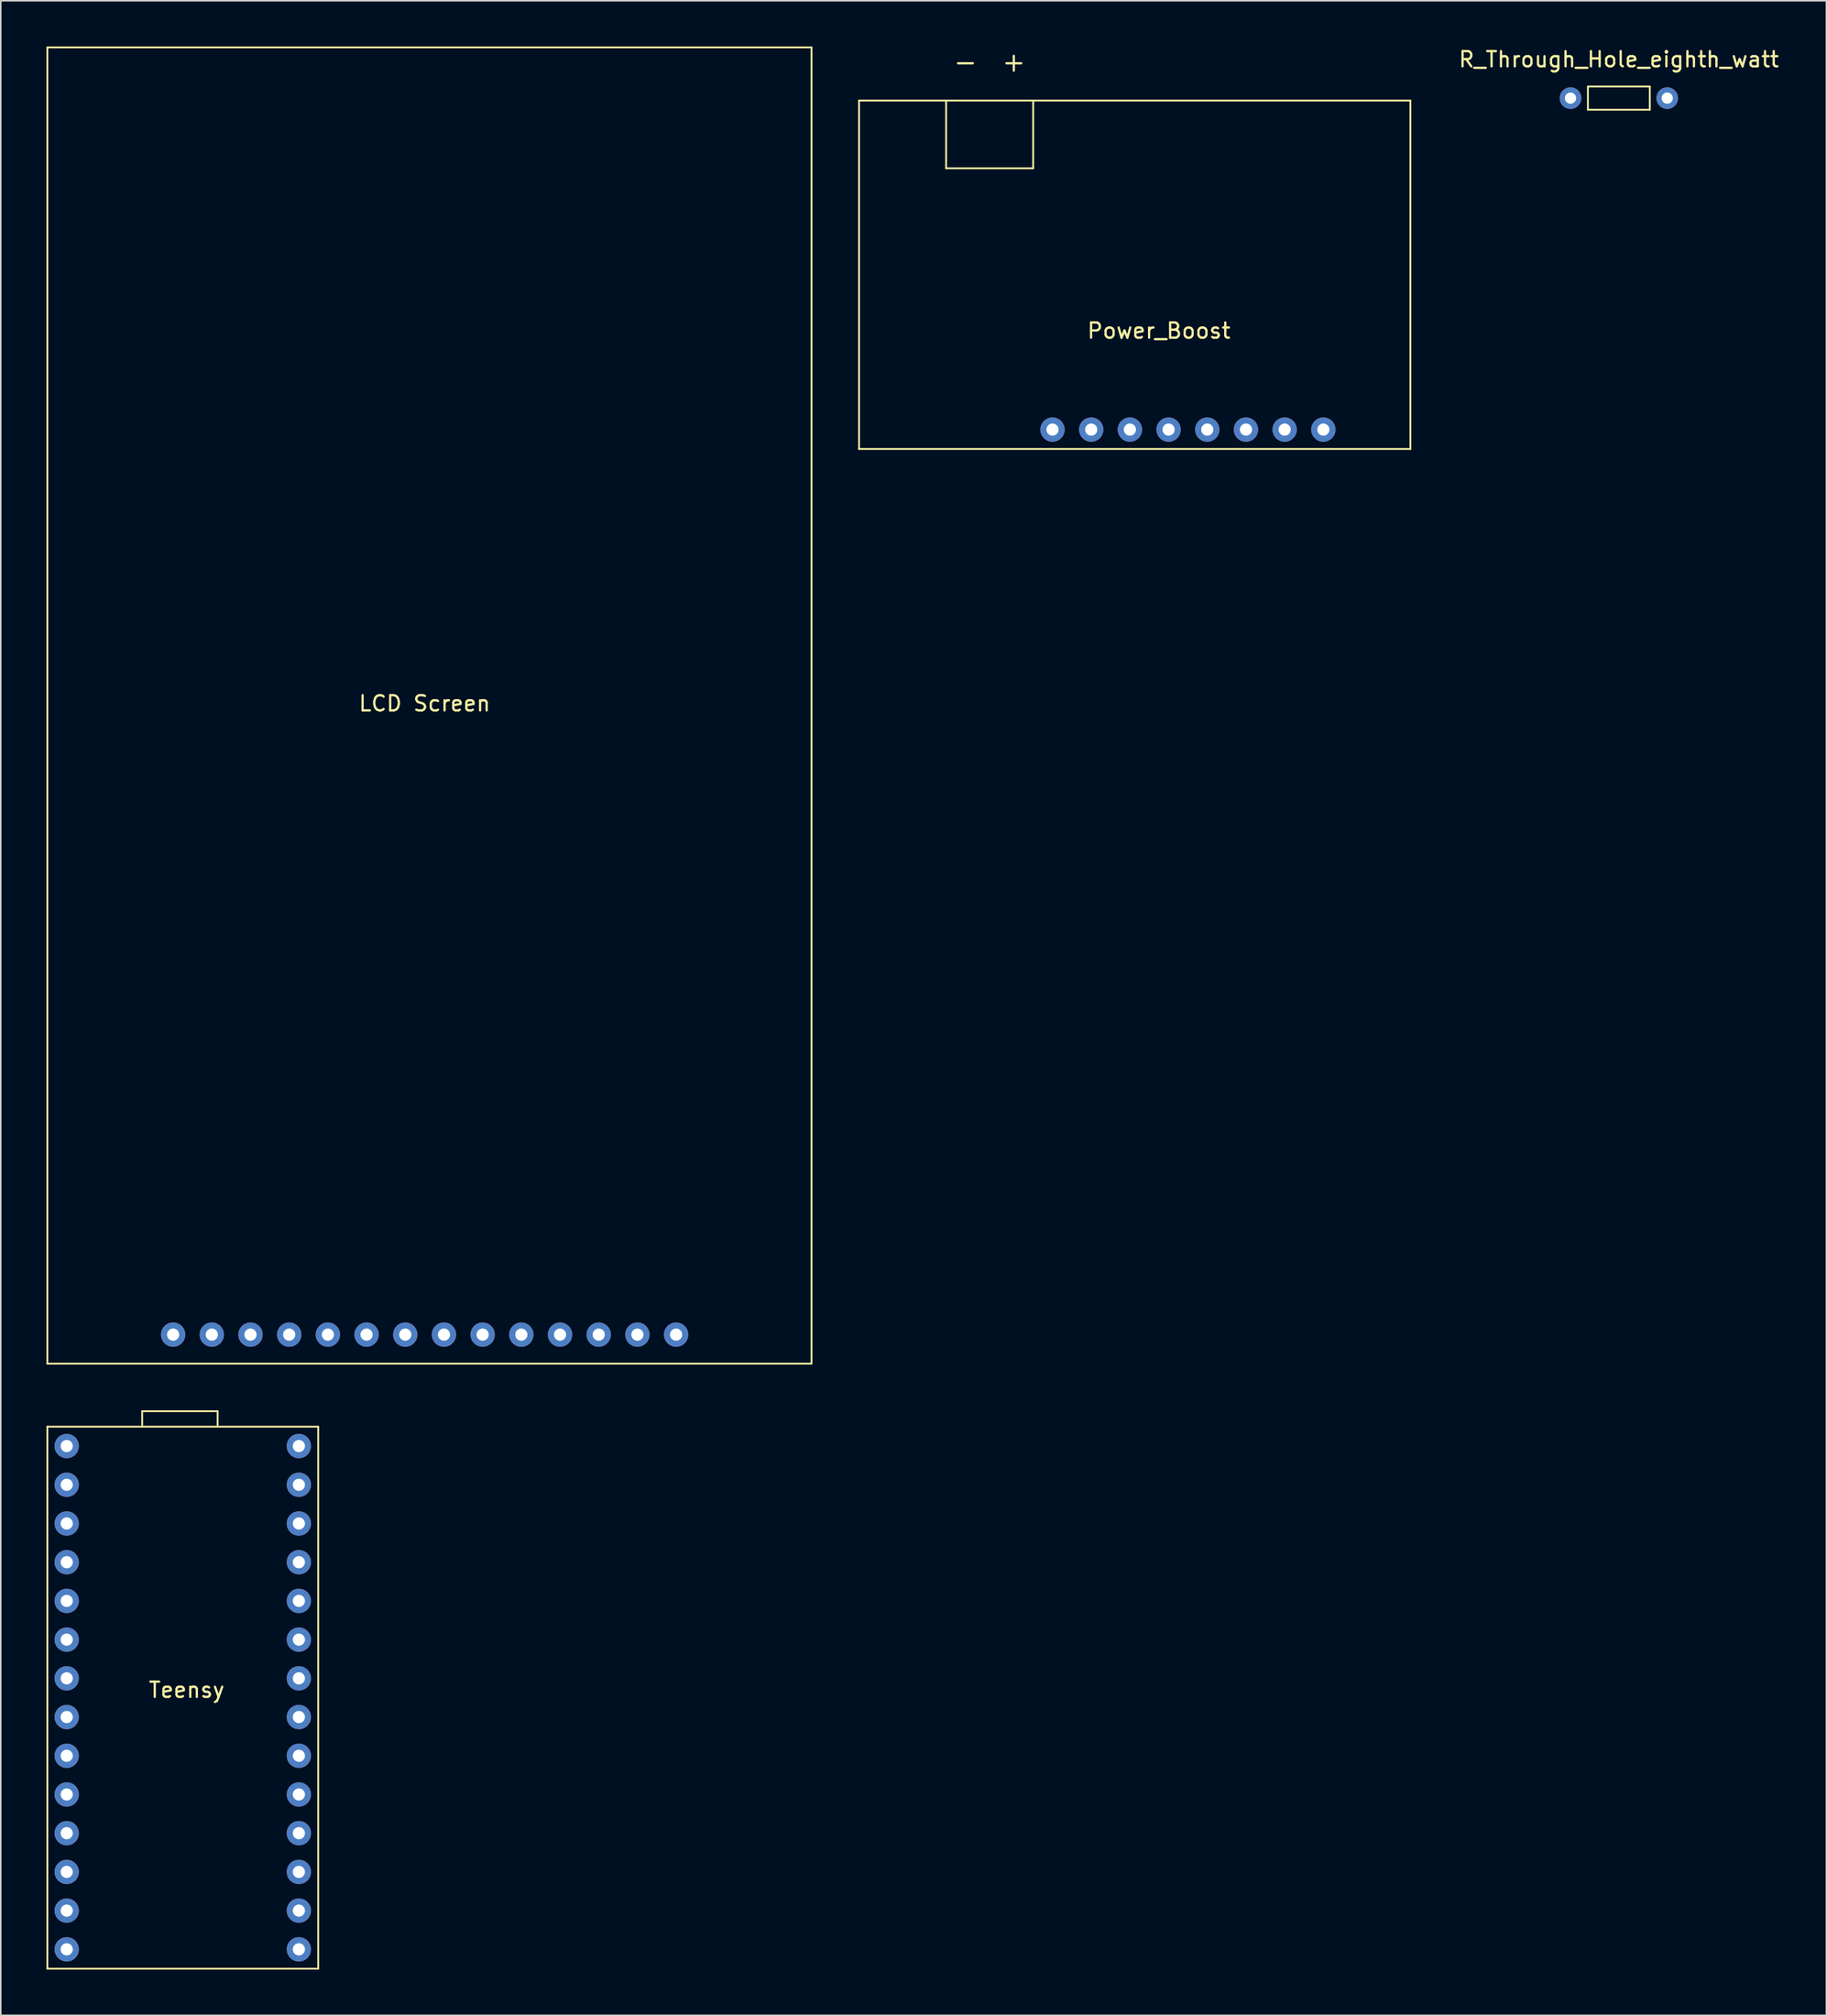
<source format=kicad_pcb>
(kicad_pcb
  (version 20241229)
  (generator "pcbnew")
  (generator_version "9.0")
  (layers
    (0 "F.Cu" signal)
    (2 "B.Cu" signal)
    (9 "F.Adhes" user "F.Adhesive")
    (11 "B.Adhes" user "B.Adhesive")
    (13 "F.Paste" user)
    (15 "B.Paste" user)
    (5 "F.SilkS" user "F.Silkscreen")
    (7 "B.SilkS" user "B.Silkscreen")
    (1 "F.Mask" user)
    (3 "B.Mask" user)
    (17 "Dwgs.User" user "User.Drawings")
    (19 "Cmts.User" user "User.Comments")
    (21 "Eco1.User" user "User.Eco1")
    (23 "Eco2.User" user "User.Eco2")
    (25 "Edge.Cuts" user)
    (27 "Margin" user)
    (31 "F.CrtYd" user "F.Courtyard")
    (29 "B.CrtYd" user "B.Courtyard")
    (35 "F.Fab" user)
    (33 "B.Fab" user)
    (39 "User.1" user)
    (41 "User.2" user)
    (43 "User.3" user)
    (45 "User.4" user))
  (footprint "Teensy"
    (layer "F.Cu")
    (at 1.33 91.826)
    (property "Reference" "Teensy" (at 7.874 16.002 0) (layer "F.SilkS") (effects (font (size 1 1) (thickness 0.15))))
    (attr through_hole)
    (fp_line (start -1.27 -1.27) (end 16.51 -1.27) (stroke (width 0.12) (type solid)) (layer "F.SilkS"))
    (fp_line (start -1.27 34.29) (end -1.27 -1.27) (stroke (width 0.12) (type solid)) (layer "F.SilkS"))
    (fp_line (start 4.953 -2.286) (end 9.906 -2.286) (stroke (width 0.12) (type solid)) (layer "F.SilkS"))
    (fp_line (start 4.953 -1.27) (end 4.953 -2.286) (stroke (width 0.12) (type solid)) (layer "F.SilkS"))
    (fp_line (start 9.906 -2.286) (end 9.906 -1.27) (stroke (width 0.12) (type solid)) (layer "F.SilkS"))
    (fp_line (start 16.51 -1.27) (end 16.51 34.29) (stroke (width 0.12) (type solid)) (layer "F.SilkS"))
    (fp_line (start 16.51 34.29) (end -1.27 34.29) (stroke (width 0.12) (type solid)) (layer "F.SilkS"))
    (pad "1" thru_hole circle (at 0 0) (size 1.6 1.6) (drill 0.8) (layers "*.Cu" "*.Mask"))
    (pad "2" thru_hole circle (at 0 2.54) (size 1.6 1.6) (drill 0.8) (layers "*.Cu" "*.Mask"))
    (pad "3" thru_hole circle (at 0 5.08) (size 1.6 1.6) (drill 0.8) (layers "*.Cu" "*.Mask"))
    (pad "4" thru_hole circle (at 0 7.62) (size 1.6 1.6) (drill 0.8) (layers "*.Cu" "*.Mask"))
    (pad "5" thru_hole circle (at 0 10.16) (size 1.6 1.6) (drill 0.8) (layers "*.Cu" "*.Mask"))
    (pad "6" thru_hole circle (at 0 12.7) (size 1.6 1.6) (drill 0.8) (layers "*.Cu" "*.Mask"))
    (pad "7" thru_hole circle (at 0 15.24) (size 1.6 1.6) (drill 0.8) (layers "*.Cu" "*.Mask"))
    (pad "8" thru_hole circle (at 0 17.78) (size 1.6 1.6) (drill 0.8) (layers "*.Cu" "*.Mask"))
    (pad "9" thru_hole circle (at 0 20.32) (size 1.6 1.6) (drill 0.8) (layers "*.Cu" "*.Mask"))
    (pad "10" thru_hole circle (at 0 22.86) (size 1.6 1.6) (drill 0.8) (layers "*.Cu" "*.Mask"))
    (pad "11" thru_hole circle (at 0 25.4) (size 1.6 1.6) (drill 0.8) (layers "*.Cu" "*.Mask"))
    (pad "12" thru_hole circle (at 0 27.94) (size 1.6 1.6) (drill 0.8) (layers "*.Cu" "*.Mask"))
    (pad "13" thru_hole circle (at 0 30.48) (size 1.6 1.6) (drill 0.8) (layers "*.Cu" "*.Mask"))
    (pad "14" thru_hole circle (at 0 33.02) (size 1.6 1.6) (drill 0.8) (layers "*.Cu" "*.Mask"))
    (pad "15" thru_hole circle (at 15.24 33.02) (size 1.6 1.6) (drill 0.8) (layers "*.Cu" "*.Mask"))
    (pad "16" thru_hole circle (at 15.24 30.48) (size 1.6 1.6) (drill 0.8) (layers "*.Cu" "*.Mask"))
    (pad "17" thru_hole circle (at 15.24 27.94) (size 1.6 1.6) (drill 0.8) (layers "*.Cu" "*.Mask"))
    (pad "18" thru_hole circle (at 15.24 25.4) (size 1.6 1.6) (drill 0.8) (layers "*.Cu" "*.Mask"))
    (pad "19" thru_hole circle (at 15.24 22.86) (size 1.6 1.6) (drill 0.8) (layers "*.Cu" "*.Mask"))
    (pad "20" thru_hole circle (at 15.24 20.32) (size 1.6 1.6) (drill 0.8) (layers "*.Cu" "*.Mask"))
    (pad "21" thru_hole circle (at 15.24 17.78) (size 1.6 1.6) (drill 0.8) (layers "*.Cu" "*.Mask"))
    (pad "22" thru_hole circle (at 15.24 15.24) (size 1.6 1.6) (drill 0.8) (layers "*.Cu" "*.Mask"))
    (pad "23" thru_hole circle (at 15.24 12.7) (size 1.6 1.6) (drill 0.8) (layers "*.Cu" "*.Mask"))
    (pad "24" thru_hole circle (at 15.24 10.16) (size 1.6 1.6) (drill 0.8) (layers "*.Cu" "*.Mask"))
    (pad "25" thru_hole circle (at 15.24 7.62) (size 1.6 1.6) (drill 0.8) (layers "*.Cu" "*.Mask"))
    (pad "26" thru_hole circle (at 15.24 5.08) (size 1.6 1.6) (drill 0.8) (layers "*.Cu" "*.Mask"))
    (pad "27" thru_hole circle (at 15.24 2.54) (size 1.6 1.6) (drill 0.8) (layers "*.Cu" "*.Mask"))
    (pad "28" thru_hole circle (at 15.24 0) (size 1.6 1.6) (drill 0.8) (layers "*.Cu" "*.Mask")))
  (footprint "Power_Boost"
    (layer "F.Cu")
    (at 66.045 25.136)
    (property "Reference" "Power_Boost" (at 6.985 -6.485 0) (layer "F.SilkS") (effects (font (size 1 1) (thickness 0.15))))
    (attr through_hole)
    (fp_line (start -12.7 -21.59) (end 23.495 -21.59) (stroke (width 0.12) (type solid)) (layer "F.SilkS"))
    (fp_line (start -12.7 1.27) (end -12.7 -21.59) (stroke (width 0.12) (type solid)) (layer "F.SilkS"))
    (fp_line (start -6.985 -21.59) (end -6.985 -17.145) (stroke (width 0.12) (type solid)) (layer "F.SilkS"))
    (fp_line (start -6.985 -17.145) (end -1.27 -17.145) (stroke (width 0.12) (type solid)) (layer "F.SilkS"))
    (fp_line (start -1.27 -17.145) (end -1.27 -21.59) (stroke (width 0.12) (type solid)) (layer "F.SilkS"))
    (fp_line (start 23.495 -21.59) (end 23.495 1.27) (stroke (width 0.12) (type solid)) (layer "F.SilkS"))
    (fp_line (start 23.495 1.27) (end -12.7 1.27) (stroke (width 0.12) (type solid)) (layer "F.SilkS"))
    (fp_text user "-" (at -5.715 -24.13 0) (layer "F.SilkS") (effects (font (size 1.27 1.27) (thickness 0.15))))
    (fp_text user "+" (at -2.54 -24.13 0) (layer "F.SilkS") (effects (font (size 1.27 1.27) (thickness 0.15))))
    (pad "1" thru_hole circle (at 0 0) (size 1.6 1.6) (drill 0.8) (layers "*.Cu" "*.Mask"))
    (pad "2" thru_hole circle (at 2.54 0) (size 1.6 1.6) (drill 0.8) (layers "*.Cu" "*.Mask"))
    (pad "3" thru_hole circle (at 5.08 0) (size 1.6 1.6) (drill 0.8) (layers "*.Cu" "*.Mask"))
    (pad "4" thru_hole circle (at 7.62 0) (size 1.6 1.6) (drill 0.8) (layers "*.Cu" "*.Mask"))
    (pad "5" thru_hole circle (at 10.16 0) (size 1.6 1.6) (drill 0.8) (layers "*.Cu" "*.Mask"))
    (pad "6" thru_hole circle (at 12.7 0) (size 1.6 1.6) (drill 0.8) (layers "*.Cu" "*.Mask"))
    (pad "7" thru_hole circle (at 15.24 0) (size 1.6 1.6) (drill 0.8) (layers "*.Cu" "*.Mask"))
    (pad "8" thru_hole circle (at 17.78 0) (size 1.6 1.6) (drill 0.8) (layers "*.Cu" "*.Mask")))
  (footprint "R_Through_Hole_eighth_watt"
    (layer "F.Cu")
    (at 103.225 2.118)
    (property "Reference" "R_Through_Hole_eighth_watt" (at 0 -1.27 0) (layer "F.SilkS") (effects (font (size 1 1) (thickness 0.15))))
    (attr through_hole)
    (fp_line (start -2.032 0.508) (end -2.032 2.032) (stroke (width 0.12) (type solid)) (layer "F.SilkS"))
    (fp_line (start -2.032 2.032) (end 2.032 2.032) (stroke (width 0.12) (type solid)) (layer "F.SilkS"))
    (fp_line (start 2.032 0.508) (end -2.032 0.508) (stroke (width 0.12) (type solid)) (layer "F.SilkS"))
    (fp_line (start 2.032 2.032) (end 2.032 0.508) (stroke (width 0.12) (type solid)) (layer "F.SilkS"))
    (pad "1" thru_hole circle (at -3.175 1.27) (size 1.422 1.422) (drill 0.737) (layers "*.Cu" "*.Mask"))
    (pad "2" thru_hole circle (at 3.175 1.27) (size 1.422 1.422) (drill 0.737) (layers "*.Cu" "*.Mask")))
  (footprint "LCD Screen"
    (layer "F.Cu")
    (at 8.315 84.515)
    (property "Reference" "LCD Screen" (at 16.51 -41.41 0) (layer "F.SilkS") (effects (font (size 1 1) (thickness 0.15))))
    (attr through_hole)
    (fp_line (start -8.255 -84.455) (end 41.91 -84.455) (stroke (width 0.12) (type solid)) (layer "F.SilkS"))
    (fp_line (start -8.255 1.905) (end -8.255 -84.455) (stroke (width 0.12) (type solid)) (layer "F.SilkS"))
    (fp_line (start -8.255 1.905) (end 41.91 1.905) (stroke (width 0.12) (type solid)) (layer "F.SilkS"))
    (fp_line (start 41.91 -84.455) (end 41.91 1.905) (stroke (width 0.12) (type solid)) (layer "F.SilkS"))
    (pad "1" thru_hole circle (at 0 0) (size 1.6 1.6) (drill 0.8) (layers "*.Cu" "*.Mask"))
    (pad "2" thru_hole circle (at 2.54 0) (size 1.6 1.6) (drill 0.8) (layers "*.Cu" "*.Mask"))
    (pad "3" thru_hole circle (at 5.08 0) (size 1.6 1.6) (drill 0.8) (layers "*.Cu" "*.Mask"))
    (pad "4" thru_hole circle (at 7.62 0) (size 1.6 1.6) (drill 0.8) (layers "*.Cu" "*.Mask"))
    (pad "5" thru_hole circle (at 10.16 0) (size 1.6 1.6) (drill 0.8) (layers "*.Cu" "*.Mask"))
    (pad "6" thru_hole circle (at 12.7 0) (size 1.6 1.6) (drill 0.8) (layers "*.Cu" "*.Mask"))
    (pad "7" thru_hole circle (at 15.24 0) (size 1.6 1.6) (drill 0.8) (layers "*.Cu" "*.Mask"))
    (pad "8" thru_hole circle (at 17.78 0) (size 1.6 1.6) (drill 0.8) (layers "*.Cu" "*.Mask"))
    (pad "9" thru_hole circle (at 20.32 0) (size 1.6 1.6) (drill 0.8) (layers "*.Cu" "*.Mask"))
    (pad "10" thru_hole circle (at 22.86 0) (size 1.6 1.6) (drill 0.8) (layers "*.Cu" "*.Mask"))
    (pad "11" thru_hole circle (at 25.4 0) (size 1.6 1.6) (drill 0.8) (layers "*.Cu" "*.Mask"))
    (pad "12" thru_hole circle (at 27.94 0) (size 1.6 1.6) (drill 0.8) (layers "*.Cu" "*.Mask"))
    (pad "13" thru_hole circle (at 30.48 0) (size 1.6 1.6) (drill 0.8) (layers "*.Cu" "*.Mask"))
    (pad "14" thru_hole circle (at 33.02 0) (size 1.6 1.6) (drill 0.8) (layers "*.Cu" "*.Mask")))
  (gr_rect
    (start -3 -3)
    (end 116.85 129.176)
    (stroke (width 0.1) (type default))
    (fill no)
    (layer "Edge.Cuts")))
</source>
